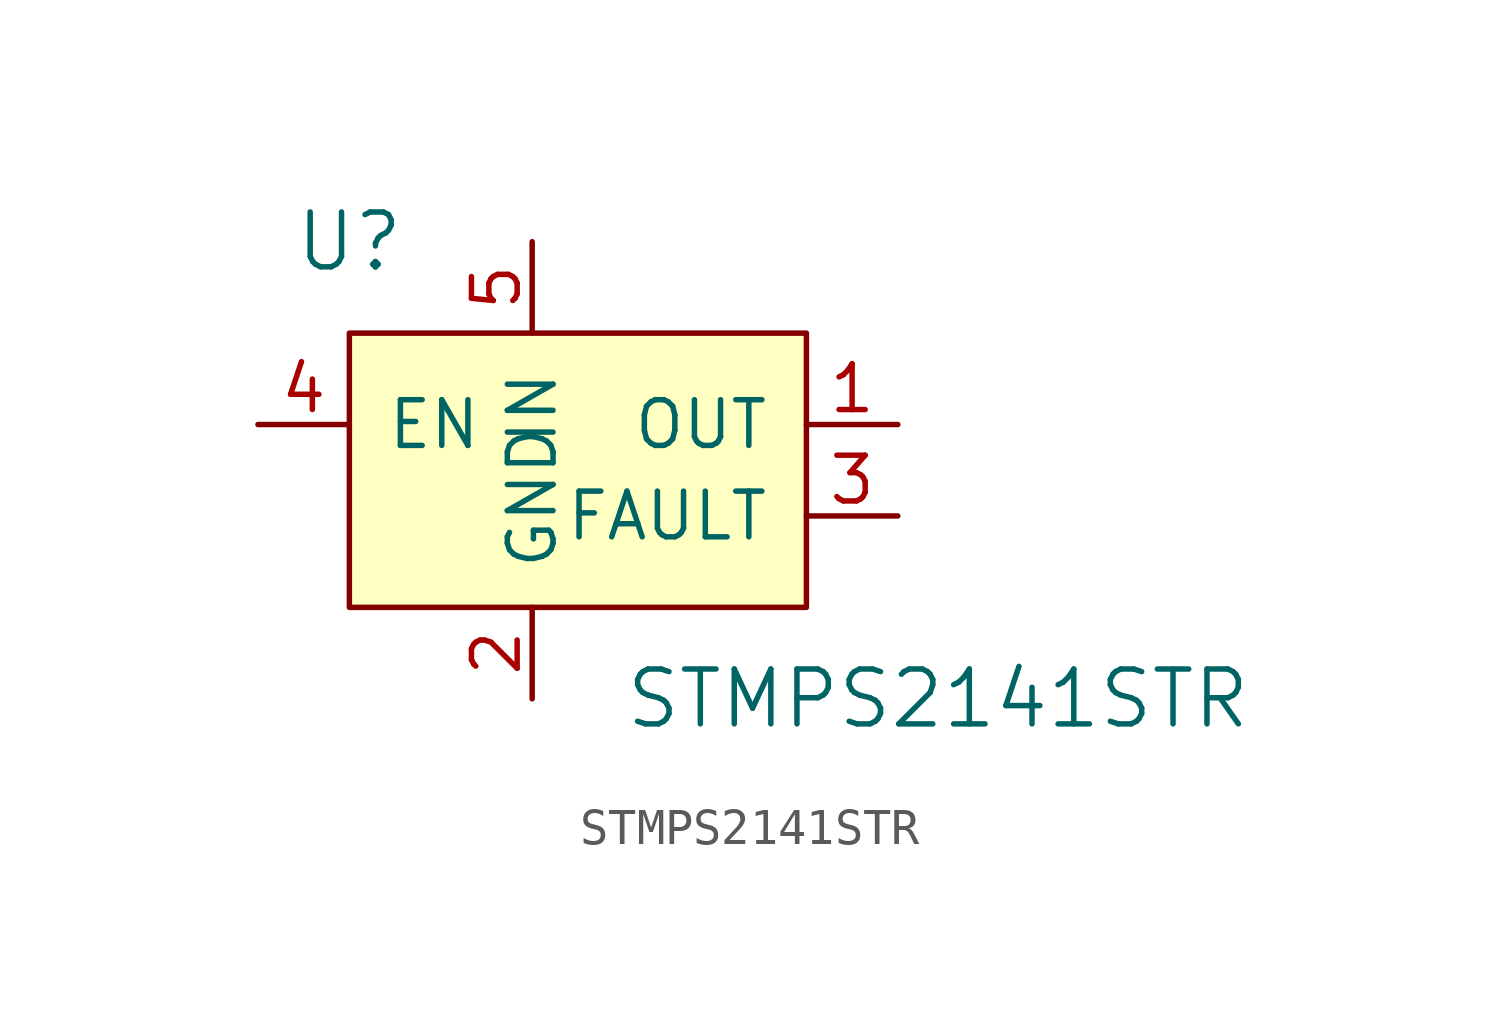
<source format=kicad_sym>
(kicad_symbol_lib
  (version 20220914)
  (generator kicad_symbol_editor)
  (symbol "STMPS2141STR"
    (pin_names
      (offset 1.016))
    (property "Reference" "U"
      (at -7.62 5.08 0)
      (effects (font (size 1.524 1.524))))
    (property "Value" "STMPS2141STR"
      (at 0 -7.62 0)
      (effects (font (size 1.524 1.524)) (justify left)))
    (symbol "STMPS2141STR_0_1"
      (rectangle (start -7.62 2.54) (end 5.08 -5.08) (stroke (width 0) (type solid)) (fill (type background))))
    (symbol "STMPS2141STR_1_1"
      (pin output line (at 7.62 0 180) (length 2.54) (name "OUT" (effects (font (size 1.27 1.27)))) (number "1" (effects (font (size 1.27 1.27)))))
      (pin power_in line (at -2.54 -7.62 90) (length 2.54) (name "GND" (effects (font (size 1.27 1.27)))) (number "2" (effects (font (size 1.27 1.27)))))
      (pin output line (at 7.62 -2.54 180) (length 2.54) (name "FAULT" (effects (font (size 1.27 1.27)))) (number "3" (effects (font (size 1.27 1.27)))))
      (pin input line (at -10.16 0 0) (length 2.54) (name "EN" (effects (font (size 1.27 1.27)))) (number "4" (effects (font (size 1.27 1.27)))))
      (pin power_in line (at -2.54 5.08 270) (length 2.54) (name "IN" (effects (font (size 1.27 1.27)))) (number "5" (effects (font (size 1.27 1.27))))))))
</source>
